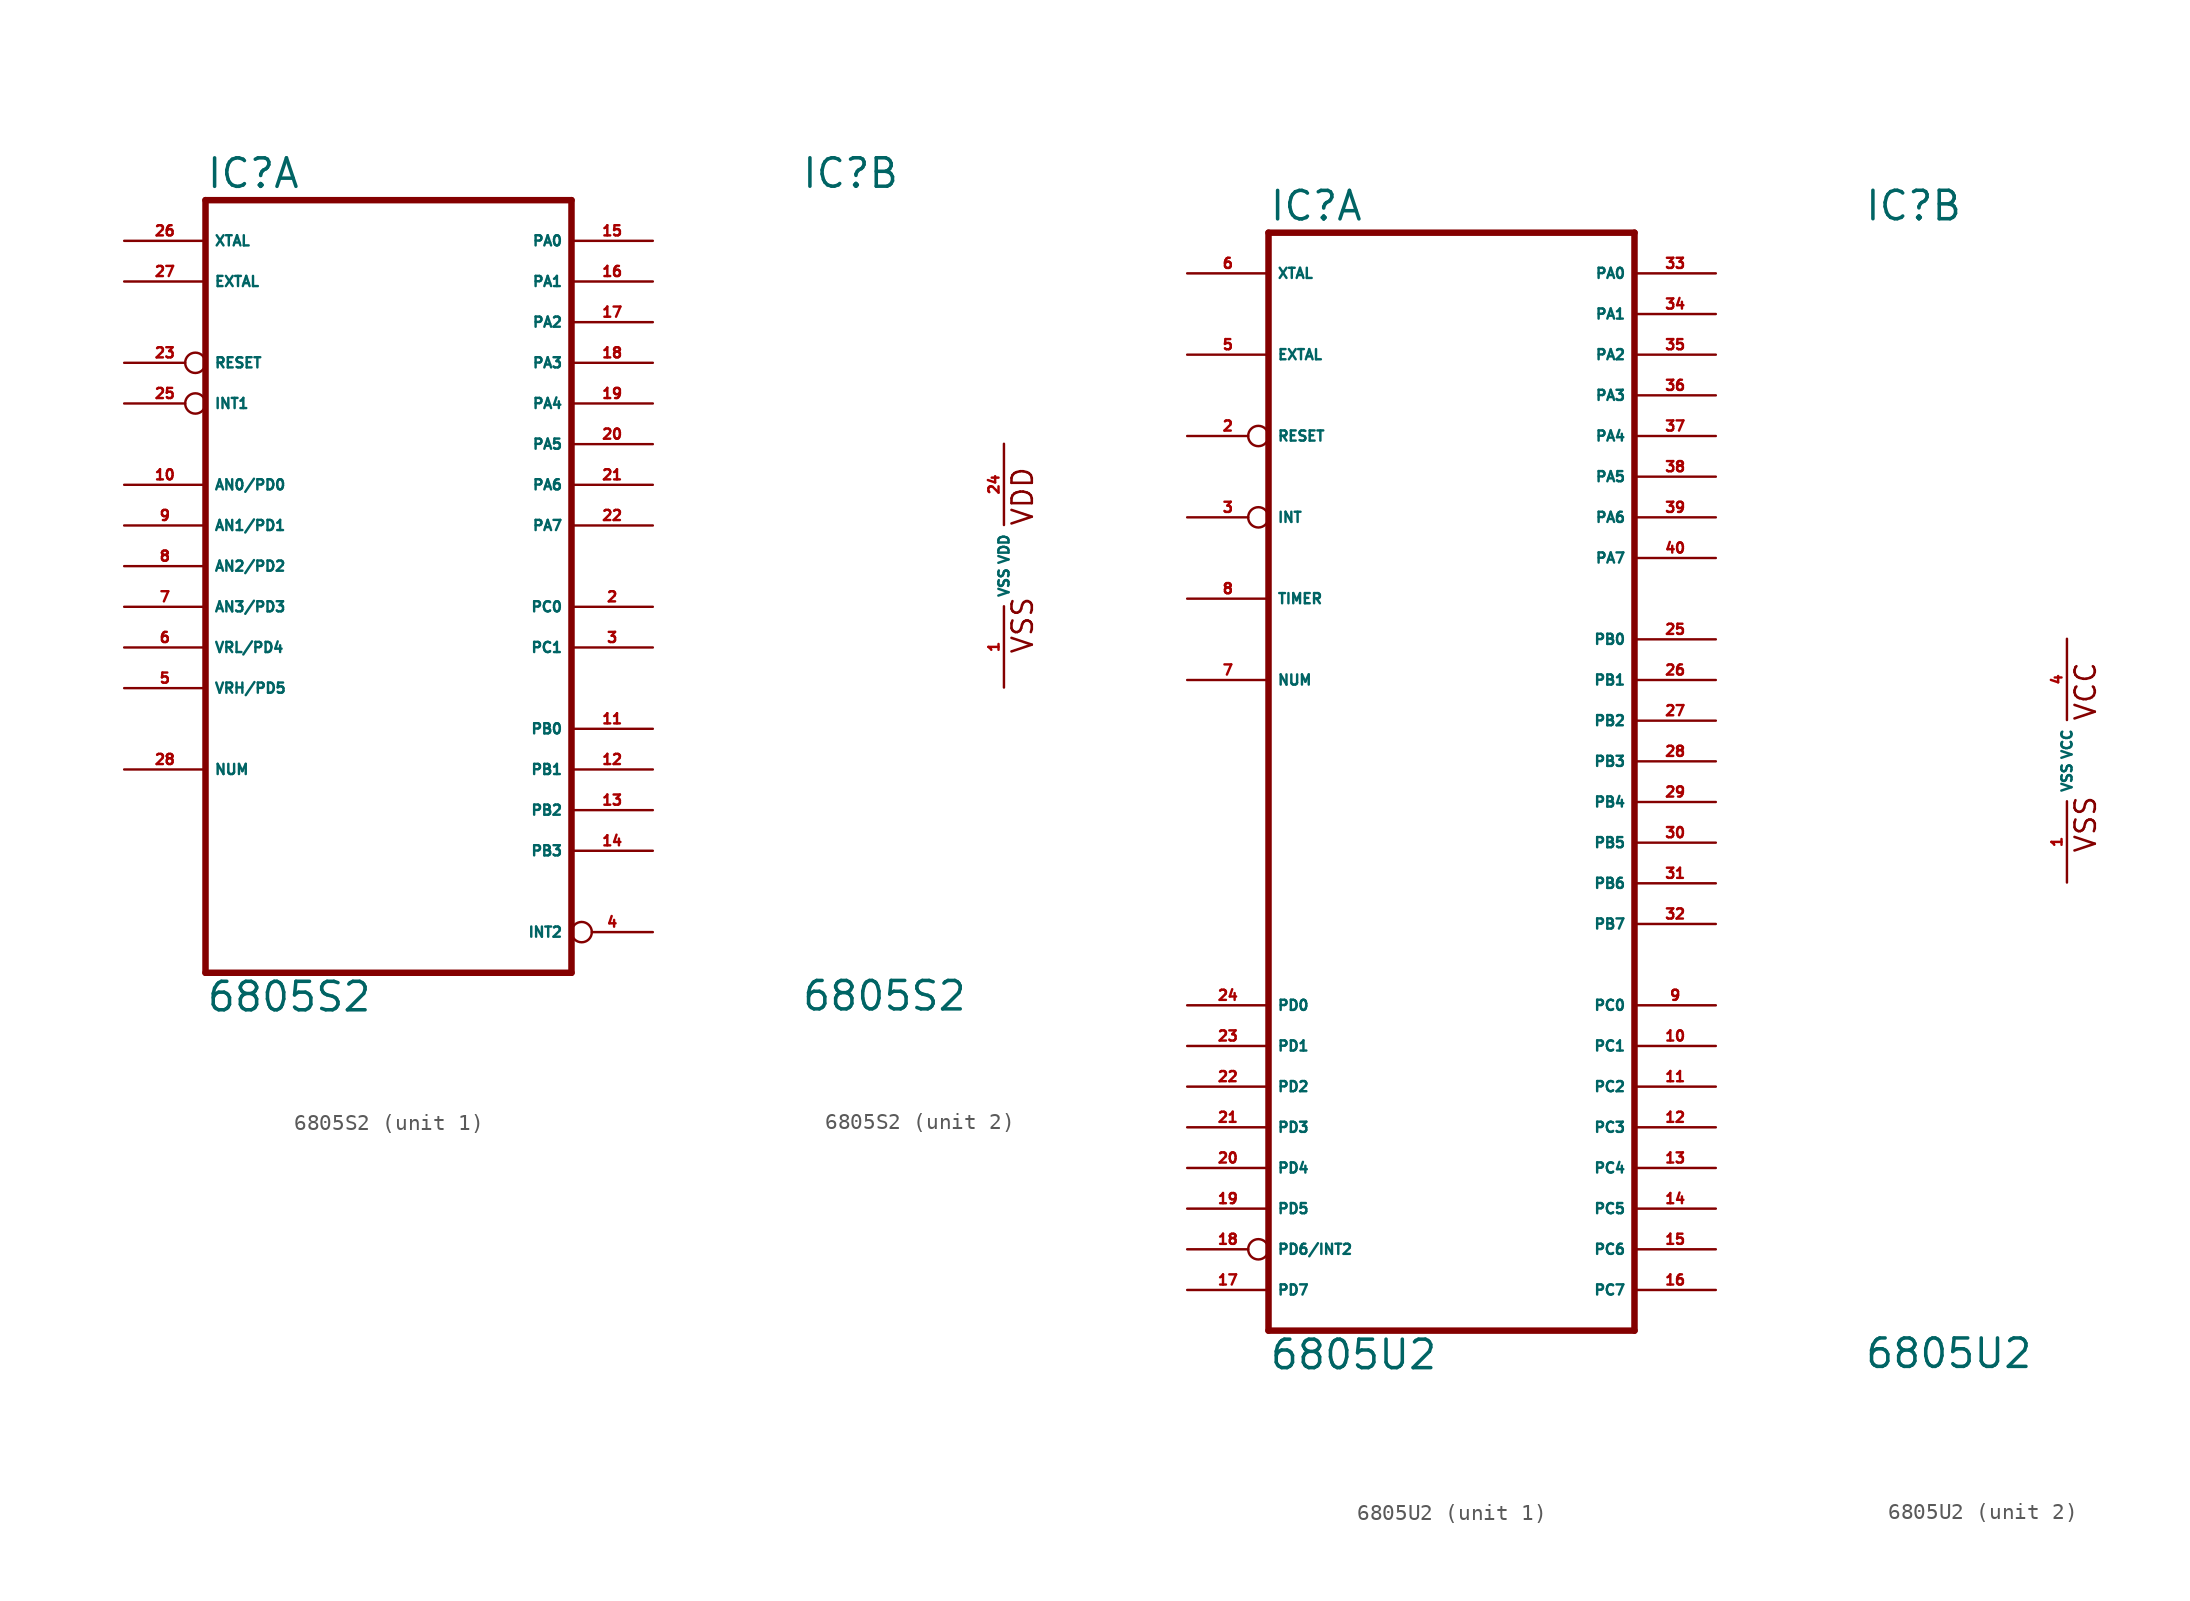
<source format=kicad_sym>
(kicad_symbol_lib
  (version 20220914)
  (generator Eagle2Kicad)
  (symbol "6805S2"
    (property "Reference" "IC"
      (at -12.7 23.495 0)
      (effects (font (size 1.778 1.778) (thickness 0.22)) (justify left bottom)))
    (property "Value" "6805S2"
      (at -12.7 -27.94 0)
      (effects (font (size 1.778 1.778) (thickness 0.22)) (justify left bottom)))
    (symbol "6805S2_1_0"
      (polyline (pts (xy -12.7 -25.4) (xy 10.16 -25.4)) (stroke (width 0.406) (type default)) (fill (type none)))
      (polyline (pts (xy 10.16 -25.4) (xy 10.16 22.86)) (stroke (width 0.406) (type default)) (fill (type none)))
      (polyline (pts (xy 10.16 22.86) (xy -12.7 22.86)) (stroke (width 0.406) (type default)) (fill (type none)))
      (polyline (pts (xy -12.7 22.86) (xy -12.7 -25.4)) (stroke (width 0.406) (type default)) (fill (type none)))
      (pin bidirectional line (at 15.24 -2.54 180) (length 5.08) (name "PC0" (effects (font (size 0.635 0.635) (thickness 0.08)) (justify left bottom))) (number "2" (effects (font (size 0.635 0.635) (thickness 0.08)) (justify left bottom))))
      (pin bidirectional line (at 15.24 -5.08 180) (length 5.08) (name "PC1" (effects (font (size 0.635 0.635) (thickness 0.08)) (justify left bottom))) (number "3" (effects (font (size 0.635 0.635) (thickness 0.08)) (justify left bottom))))
      (pin bidirectional inverted (at 15.24 -22.86 180) (length 5.08) (name "INT2" (effects (font (size 0.635 0.635) (thickness 0.08)) (justify left bottom))) (number "4" (effects (font (size 0.635 0.635) (thickness 0.08)) (justify left bottom))))
      (pin input line (at -17.78 -7.62 0) (length 5.08) (name "VRH/PD5" (effects (font (size 0.635 0.635) (thickness 0.08)) (justify left bottom))) (number "5" (effects (font (size 0.635 0.635) (thickness 0.08)) (justify left bottom))))
      (pin input line (at -17.78 -5.08 0) (length 5.08) (name "VRL/PD4" (effects (font (size 0.635 0.635) (thickness 0.08)) (justify left bottom))) (number "6" (effects (font (size 0.635 0.635) (thickness 0.08)) (justify left bottom))))
      (pin input line (at -17.78 -2.54 0) (length 5.08) (name "AN3/PD3" (effects (font (size 0.635 0.635) (thickness 0.08)) (justify left bottom))) (number "7" (effects (font (size 0.635 0.635) (thickness 0.08)) (justify left bottom))))
      (pin input line (at -17.78 0 0) (length 5.08) (name "AN2/PD2" (effects (font (size 0.635 0.635) (thickness 0.08)) (justify left bottom))) (number "8" (effects (font (size 0.635 0.635) (thickness 0.08)) (justify left bottom))))
      (pin input line (at -17.78 2.54 0) (length 5.08) (name "AN1/PD1" (effects (font (size 0.635 0.635) (thickness 0.08)) (justify left bottom))) (number "9" (effects (font (size 0.635 0.635) (thickness 0.08)) (justify left bottom))))
      (pin input line (at -17.78 5.08 0) (length 5.08) (name "AN0/PD0" (effects (font (size 0.635 0.635) (thickness 0.08)) (justify left bottom))) (number "10" (effects (font (size 0.635 0.635) (thickness 0.08)) (justify left bottom))))
      (pin bidirectional line (at 15.24 -10.16 180) (length 5.08) (name "PB0" (effects (font (size 0.635 0.635) (thickness 0.08)) (justify left bottom))) (number "11" (effects (font (size 0.635 0.635) (thickness 0.08)) (justify left bottom))))
      (pin bidirectional line (at 15.24 -12.7 180) (length 5.08) (name "PB1" (effects (font (size 0.635 0.635) (thickness 0.08)) (justify left bottom))) (number "12" (effects (font (size 0.635 0.635) (thickness 0.08)) (justify left bottom))))
      (pin bidirectional line (at 15.24 -15.24 180) (length 5.08) (name "PB2" (effects (font (size 0.635 0.635) (thickness 0.08)) (justify left bottom))) (number "13" (effects (font (size 0.635 0.635) (thickness 0.08)) (justify left bottom))))
      (pin bidirectional line (at 15.24 -17.78 180) (length 5.08) (name "PB3" (effects (font (size 0.635 0.635) (thickness 0.08)) (justify left bottom))) (number "14" (effects (font (size 0.635 0.635) (thickness 0.08)) (justify left bottom))))
      (pin bidirectional line (at 15.24 20.32 180) (length 5.08) (name "PA0" (effects (font (size 0.635 0.635) (thickness 0.08)) (justify left bottom))) (number "15" (effects (font (size 0.635 0.635) (thickness 0.08)) (justify left bottom))))
      (pin bidirectional line (at 15.24 17.78 180) (length 5.08) (name "PA1" (effects (font (size 0.635 0.635) (thickness 0.08)) (justify left bottom))) (number "16" (effects (font (size 0.635 0.635) (thickness 0.08)) (justify left bottom))))
      (pin bidirectional line (at 15.24 15.24 180) (length 5.08) (name "PA2" (effects (font (size 0.635 0.635) (thickness 0.08)) (justify left bottom))) (number "17" (effects (font (size 0.635 0.635) (thickness 0.08)) (justify left bottom))))
      (pin bidirectional line (at 15.24 12.7 180) (length 5.08) (name "PA3" (effects (font (size 0.635 0.635) (thickness 0.08)) (justify left bottom))) (number "18" (effects (font (size 0.635 0.635) (thickness 0.08)) (justify left bottom))))
      (pin bidirectional line (at 15.24 10.16 180) (length 5.08) (name "PA4" (effects (font (size 0.635 0.635) (thickness 0.08)) (justify left bottom))) (number "19" (effects (font (size 0.635 0.635) (thickness 0.08)) (justify left bottom))))
      (pin bidirectional line (at 15.24 7.62 180) (length 5.08) (name "PA5" (effects (font (size 0.635 0.635) (thickness 0.08)) (justify left bottom))) (number "20" (effects (font (size 0.635 0.635) (thickness 0.08)) (justify left bottom))))
      (pin bidirectional line (at 15.24 5.08 180) (length 5.08) (name "PA6" (effects (font (size 0.635 0.635) (thickness 0.08)) (justify left bottom))) (number "21" (effects (font (size 0.635 0.635) (thickness 0.08)) (justify left bottom))))
      (pin bidirectional line (at 15.24 2.54 180) (length 5.08) (name "PA7" (effects (font (size 0.635 0.635) (thickness 0.08)) (justify left bottom))) (number "22" (effects (font (size 0.635 0.635) (thickness 0.08)) (justify left bottom))))
      (pin input inverted (at -17.78 12.7 0) (length 5.08) (name "RESET" (effects (font (size 0.635 0.635) (thickness 0.08)) (justify left bottom))) (number "23" (effects (font (size 0.635 0.635) (thickness 0.08)) (justify left bottom))))
      (pin input inverted (at -17.78 10.16 0) (length 5.08) (name "INT1" (effects (font (size 0.635 0.635) (thickness 0.08)) (justify left bottom))) (number "25" (effects (font (size 0.635 0.635) (thickness 0.08)) (justify left bottom))))
      (pin input line (at -17.78 20.32 0) (length 5.08) (name "XTAL" (effects (font (size 0.635 0.635) (thickness 0.08)) (justify left bottom))) (number "26" (effects (font (size 0.635 0.635) (thickness 0.08)) (justify left bottom))))
      (pin input line (at -17.78 17.78 0) (length 5.08) (name "EXTAL" (effects (font (size 0.635 0.635) (thickness 0.08)) (justify left bottom))) (number "27" (effects (font (size 0.635 0.635) (thickness 0.08)) (justify left bottom))))
      (pin input line (at -17.78 -12.7 0) (length 5.08) (name "NUM" (effects (font (size 0.635 0.635) (thickness 0.08)) (justify left bottom))) (number "28" (effects (font (size 0.635 0.635) (thickness 0.08)) (justify left bottom)))))
    (symbol "6805S2_2_0"
      (text "VSS" (at 1.905 -5.588 900) (effects (font (size 1.27 1.27) (thickness 0.16)) (justify left bottom)))
      (text "VDD" (at 1.905 2.413 900) (effects (font (size 1.27 1.27) (thickness 0.16)) (justify left bottom)))
      (pin unspecified line (at 0 -7.62 90) (length 5.08) (name "VSS" (effects (font (size 0.635 0.635) (thickness 0.08)) (justify left bottom))) (number "1" (effects (font (size 0.635 0.635) (thickness 0.08)) (justify left bottom))))
      (pin unspecified line (at 0 7.62 270) (length 5.08) (name "VDD" (effects (font (size 0.635 0.635) (thickness 0.08)) (justify left bottom))) (number "24" (effects (font (size 0.635 0.635) (thickness 0.08)) (justify left bottom))))))
  (symbol "6805U2"
    (property "Reference" "IC"
      (at -12.7 33.655 0)
      (effects (font (size 1.778 1.778) (thickness 0.22)) (justify left bottom)))
    (property "Value" "6805U2"
      (at -12.7 -38.1 0)
      (effects (font (size 1.778 1.778) (thickness 0.22)) (justify left bottom)))
    (symbol "6805U2_1_0"
      (polyline (pts (xy -12.7 -35.56) (xy 10.16 -35.56)) (stroke (width 0.406) (type default)) (fill (type none)))
      (polyline (pts (xy 10.16 -35.56) (xy 10.16 33.02)) (stroke (width 0.406) (type default)) (fill (type none)))
      (polyline (pts (xy 10.16 33.02) (xy -12.7 33.02)) (stroke (width 0.406) (type default)) (fill (type none)))
      (polyline (pts (xy -12.7 33.02) (xy -12.7 -35.56)) (stroke (width 0.406) (type default)) (fill (type none)))
      (pin input inverted (at -17.78 20.32 0) (length 5.08) (name "RESET" (effects (font (size 0.635 0.635) (thickness 0.08)) (justify left bottom))) (number "2" (effects (font (size 0.635 0.635) (thickness 0.08)) (justify left bottom))))
      (pin input inverted (at -17.78 15.24 0) (length 5.08) (name "INT" (effects (font (size 0.635 0.635) (thickness 0.08)) (justify left bottom))) (number "3" (effects (font (size 0.635 0.635) (thickness 0.08)) (justify left bottom))))
      (pin input line (at -17.78 25.4 0) (length 5.08) (name "EXTAL" (effects (font (size 0.635 0.635) (thickness 0.08)) (justify left bottom))) (number "5" (effects (font (size 0.635 0.635) (thickness 0.08)) (justify left bottom))))
      (pin input line (at -17.78 30.48 0) (length 5.08) (name "XTAL" (effects (font (size 0.635 0.635) (thickness 0.08)) (justify left bottom))) (number "6" (effects (font (size 0.635 0.635) (thickness 0.08)) (justify left bottom))))
      (pin input line (at -17.78 5.08 0) (length 5.08) (name "NUM" (effects (font (size 0.635 0.635) (thickness 0.08)) (justify left bottom))) (number "7" (effects (font (size 0.635 0.635) (thickness 0.08)) (justify left bottom))))
      (pin input line (at -17.78 10.16 0) (length 5.08) (name "TIMER" (effects (font (size 0.635 0.635) (thickness 0.08)) (justify left bottom))) (number "8" (effects (font (size 0.635 0.635) (thickness 0.08)) (justify left bottom))))
      (pin bidirectional line (at 15.24 -15.24 180) (length 5.08) (name "PC0" (effects (font (size 0.635 0.635) (thickness 0.08)) (justify left bottom))) (number "9" (effects (font (size 0.635 0.635) (thickness 0.08)) (justify left bottom))))
      (pin bidirectional line (at 15.24 -17.78 180) (length 5.08) (name "PC1" (effects (font (size 0.635 0.635) (thickness 0.08)) (justify left bottom))) (number "10" (effects (font (size 0.635 0.635) (thickness 0.08)) (justify left bottom))))
      (pin bidirectional line (at 15.24 -20.32 180) (length 5.08) (name "PC2" (effects (font (size 0.635 0.635) (thickness 0.08)) (justify left bottom))) (number "11" (effects (font (size 0.635 0.635) (thickness 0.08)) (justify left bottom))))
      (pin bidirectional line (at 15.24 -22.86 180) (length 5.08) (name "PC3" (effects (font (size 0.635 0.635) (thickness 0.08)) (justify left bottom))) (number "12" (effects (font (size 0.635 0.635) (thickness 0.08)) (justify left bottom))))
      (pin bidirectional line (at 15.24 -25.4 180) (length 5.08) (name "PC4" (effects (font (size 0.635 0.635) (thickness 0.08)) (justify left bottom))) (number "13" (effects (font (size 0.635 0.635) (thickness 0.08)) (justify left bottom))))
      (pin bidirectional line (at 15.24 -27.94 180) (length 5.08) (name "PC5" (effects (font (size 0.635 0.635) (thickness 0.08)) (justify left bottom))) (number "14" (effects (font (size 0.635 0.635) (thickness 0.08)) (justify left bottom))))
      (pin bidirectional line (at 15.24 -30.48 180) (length 5.08) (name "PC6" (effects (font (size 0.635 0.635) (thickness 0.08)) (justify left bottom))) (number "15" (effects (font (size 0.635 0.635) (thickness 0.08)) (justify left bottom))))
      (pin bidirectional line (at 15.24 -33.02 180) (length 5.08) (name "PC7" (effects (font (size 0.635 0.635) (thickness 0.08)) (justify left bottom))) (number "16" (effects (font (size 0.635 0.635) (thickness 0.08)) (justify left bottom))))
      (pin input line (at -17.78 -33.02 0) (length 5.08) (name "PD7" (effects (font (size 0.635 0.635) (thickness 0.08)) (justify left bottom))) (number "17" (effects (font (size 0.635 0.635) (thickness 0.08)) (justify left bottom))))
      (pin input inverted (at -17.78 -30.48 0) (length 5.08) (name "PD6/INT2" (effects (font (size 0.635 0.635) (thickness 0.08)) (justify left bottom))) (number "18" (effects (font (size 0.635 0.635) (thickness 0.08)) (justify left bottom))))
      (pin input line (at -17.78 -27.94 0) (length 5.08) (name "PD5" (effects (font (size 0.635 0.635) (thickness 0.08)) (justify left bottom))) (number "19" (effects (font (size 0.635 0.635) (thickness 0.08)) (justify left bottom))))
      (pin input line (at -17.78 -25.4 0) (length 5.08) (name "PD4" (effects (font (size 0.635 0.635) (thickness 0.08)) (justify left bottom))) (number "20" (effects (font (size 0.635 0.635) (thickness 0.08)) (justify left bottom))))
      (pin input line (at -17.78 -22.86 0) (length 5.08) (name "PD3" (effects (font (size 0.635 0.635) (thickness 0.08)) (justify left bottom))) (number "21" (effects (font (size 0.635 0.635) (thickness 0.08)) (justify left bottom))))
      (pin input line (at -17.78 -20.32 0) (length 5.08) (name "PD2" (effects (font (size 0.635 0.635) (thickness 0.08)) (justify left bottom))) (number "22" (effects (font (size 0.635 0.635) (thickness 0.08)) (justify left bottom))))
      (pin input line (at -17.78 -17.78 0) (length 5.08) (name "PD1" (effects (font (size 0.635 0.635) (thickness 0.08)) (justify left bottom))) (number "23" (effects (font (size 0.635 0.635) (thickness 0.08)) (justify left bottom))))
      (pin input line (at -17.78 -15.24 0) (length 5.08) (name "PD0" (effects (font (size 0.635 0.635) (thickness 0.08)) (justify left bottom))) (number "24" (effects (font (size 0.635 0.635) (thickness 0.08)) (justify left bottom))))
      (pin bidirectional line (at 15.24 7.62 180) (length 5.08) (name "PB0" (effects (font (size 0.635 0.635) (thickness 0.08)) (justify left bottom))) (number "25" (effects (font (size 0.635 0.635) (thickness 0.08)) (justify left bottom))))
      (pin bidirectional line (at 15.24 5.08 180) (length 5.08) (name "PB1" (effects (font (size 0.635 0.635) (thickness 0.08)) (justify left bottom))) (number "26" (effects (font (size 0.635 0.635) (thickness 0.08)) (justify left bottom))))
      (pin bidirectional line (at 15.24 2.54 180) (length 5.08) (name "PB2" (effects (font (size 0.635 0.635) (thickness 0.08)) (justify left bottom))) (number "27" (effects (font (size 0.635 0.635) (thickness 0.08)) (justify left bottom))))
      (pin bidirectional line (at 15.24 0 180) (length 5.08) (name "PB3" (effects (font (size 0.635 0.635) (thickness 0.08)) (justify left bottom))) (number "28" (effects (font (size 0.635 0.635) (thickness 0.08)) (justify left bottom))))
      (pin bidirectional line (at 15.24 -2.54 180) (length 5.08) (name "PB4" (effects (font (size 0.635 0.635) (thickness 0.08)) (justify left bottom))) (number "29" (effects (font (size 0.635 0.635) (thickness 0.08)) (justify left bottom))))
      (pin bidirectional line (at 15.24 -5.08 180) (length 5.08) (name "PB5" (effects (font (size 0.635 0.635) (thickness 0.08)) (justify left bottom))) (number "30" (effects (font (size 0.635 0.635) (thickness 0.08)) (justify left bottom))))
      (pin bidirectional line (at 15.24 -7.62 180) (length 5.08) (name "PB6" (effects (font (size 0.635 0.635) (thickness 0.08)) (justify left bottom))) (number "31" (effects (font (size 0.635 0.635) (thickness 0.08)) (justify left bottom))))
      (pin bidirectional line (at 15.24 -10.16 180) (length 5.08) (name "PB7" (effects (font (size 0.635 0.635) (thickness 0.08)) (justify left bottom))) (number "32" (effects (font (size 0.635 0.635) (thickness 0.08)) (justify left bottom))))
      (pin bidirectional line (at 15.24 30.48 180) (length 5.08) (name "PA0" (effects (font (size 0.635 0.635) (thickness 0.08)) (justify left bottom))) (number "33" (effects (font (size 0.635 0.635) (thickness 0.08)) (justify left bottom))))
      (pin bidirectional line (at 15.24 27.94 180) (length 5.08) (name "PA1" (effects (font (size 0.635 0.635) (thickness 0.08)) (justify left bottom))) (number "34" (effects (font (size 0.635 0.635) (thickness 0.08)) (justify left bottom))))
      (pin bidirectional line (at 15.24 25.4 180) (length 5.08) (name "PA2" (effects (font (size 0.635 0.635) (thickness 0.08)) (justify left bottom))) (number "35" (effects (font (size 0.635 0.635) (thickness 0.08)) (justify left bottom))))
      (pin bidirectional line (at 15.24 22.86 180) (length 5.08) (name "PA3" (effects (font (size 0.635 0.635) (thickness 0.08)) (justify left bottom))) (number "36" (effects (font (size 0.635 0.635) (thickness 0.08)) (justify left bottom))))
      (pin bidirectional line (at 15.24 20.32 180) (length 5.08) (name "PA4" (effects (font (size 0.635 0.635) (thickness 0.08)) (justify left bottom))) (number "37" (effects (font (size 0.635 0.635) (thickness 0.08)) (justify left bottom))))
      (pin bidirectional line (at 15.24 17.78 180) (length 5.08) (name "PA5" (effects (font (size 0.635 0.635) (thickness 0.08)) (justify left bottom))) (number "38" (effects (font (size 0.635 0.635) (thickness 0.08)) (justify left bottom))))
      (pin bidirectional line (at 15.24 15.24 180) (length 5.08) (name "PA6" (effects (font (size 0.635 0.635) (thickness 0.08)) (justify left bottom))) (number "39" (effects (font (size 0.635 0.635) (thickness 0.08)) (justify left bottom))))
      (pin bidirectional line (at 15.24 12.7 180) (length 5.08) (name "PA7" (effects (font (size 0.635 0.635) (thickness 0.08)) (justify left bottom))) (number "40" (effects (font (size 0.635 0.635) (thickness 0.08)) (justify left bottom)))))
    (symbol "6805U2_2_0"
      (text "VSS" (at 1.905 -5.842 900) (effects (font (size 1.27 1.27) (thickness 0.16)) (justify left bottom)))
      (text "VCC" (at 1.905 2.413 900) (effects (font (size 1.27 1.27) (thickness 0.16)) (justify left bottom)))
      (pin unspecified line (at 0 -7.62 90) (length 5.08) (name "VSS" (effects (font (size 0.635 0.635) (thickness 0.08)) (justify left bottom))) (number "1" (effects (font (size 0.635 0.635) (thickness 0.08)) (justify left bottom))))
      (pin unspecified line (at 0 7.62 270) (length 5.08) (name "VCC" (effects (font (size 0.635 0.635) (thickness 0.08)) (justify left bottom))) (number "4" (effects (font (size 0.635 0.635) (thickness 0.08)) (justify left bottom)))))))
</source>
